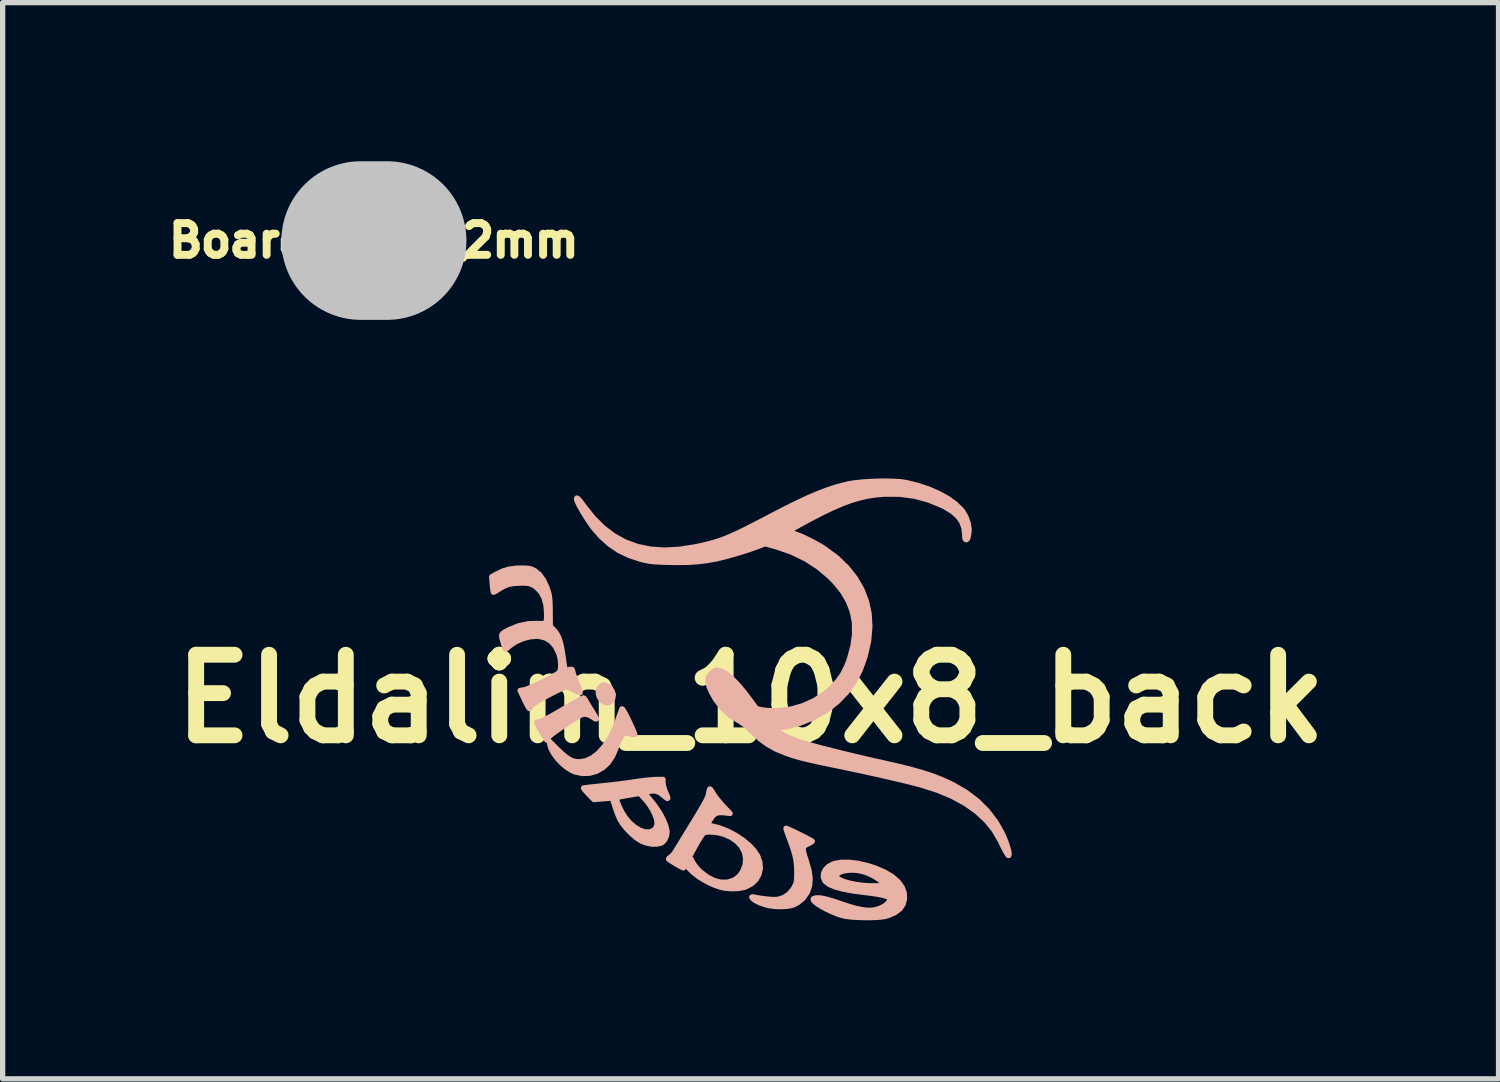
<source format=kicad_pcb>
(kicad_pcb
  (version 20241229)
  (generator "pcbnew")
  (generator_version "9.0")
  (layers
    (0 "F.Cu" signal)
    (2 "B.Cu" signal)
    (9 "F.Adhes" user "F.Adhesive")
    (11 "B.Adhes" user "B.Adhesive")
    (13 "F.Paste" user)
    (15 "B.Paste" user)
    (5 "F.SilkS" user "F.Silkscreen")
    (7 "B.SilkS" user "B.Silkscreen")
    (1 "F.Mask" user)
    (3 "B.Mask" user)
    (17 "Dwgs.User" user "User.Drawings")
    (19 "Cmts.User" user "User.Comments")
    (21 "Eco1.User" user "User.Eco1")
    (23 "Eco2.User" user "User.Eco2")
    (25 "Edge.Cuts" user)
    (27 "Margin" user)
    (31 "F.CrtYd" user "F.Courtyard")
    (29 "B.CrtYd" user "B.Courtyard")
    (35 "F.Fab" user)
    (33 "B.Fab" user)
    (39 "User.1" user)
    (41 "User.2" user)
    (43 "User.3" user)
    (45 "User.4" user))
  (footprint "Eldalim_10x8_back"
    (layer "F.Cu")
    (at 11.147 10.169)
    (property "Reference" "Eldalim_10x8_back" (at 0 0 0) (layer "F.SilkS") (effects (font (size 1.524 1.524) (thickness 0.3))))
    (attr exclude_from_pos_files exclude_from_bom)
    (fp_circle (center -0.3 0) (end -0.4 0) (stroke (width 0.15) (type solid)) (fill no) (layer "B.SilkS"))
    (fp_poly (pts (xy -2.596 -0.072) (xy -2.61 0.004) (xy -2.647 0.054) (xy -2.699 0.075) (xy -2.76 0.065) (xy -2.824 0.02) (xy -2.864 -0.039) (xy -2.881 -0.105) (xy -2.876 -0.169) (xy -2.85 -0.223) (xy -2.806 -0.256) (xy -2.767 -0.263) (xy -2.717 -0.247) (xy -2.666 -0.206) (xy -2.623 -0.151) (xy -2.599 -0.093) (xy -2.596 -0.072)) (stroke (width 0.1) (type solid)) (fill yes) (layer "B.SilkS"))
    (fp_poly (pts (xy -2.916 0.378) (xy -2.929 0.38) (xy -2.962 0.362) (xy -2.979 0.349) (xy -3.059 0.303) (xy -3.136 0.287) (xy -3.201 0.302) (xy -3.267 0.339) (xy -3.348 0.388) (xy -3.437 0.446) (xy -3.53 0.507) (xy -3.62 0.569) (xy -3.7 0.626) (xy -3.766 0.675) (xy -3.81 0.712) (xy -3.827 0.73) (xy -3.853 0.779) (xy -3.918 0.676) (xy -3.965 0.601) (xy -4.004 0.532) (xy -4.032 0.477) (xy -4.045 0.446) (xy -4.045 0.443) (xy -4.029 0.435) (xy -3.995 0.433) (xy -3.962 0.423) (xy -3.9 0.395) (xy -3.813 0.349) (xy -3.705 0.289) (xy -3.579 0.216) (xy -3.564 0.207) (xy -3.456 0.143) (xy -3.357 0.086) (xy -3.274 0.039) (xy -3.211 0.004) (xy -3.173 -0.015) (xy -3.163 -0.019) (xy -3.142 -0.004) (xy -3.116 0.034) (xy -3.112 0.042) (xy -3.086 0.088) (xy -3.048 0.152) (xy -3.004 0.222) (xy -2.998 0.231) (xy -2.96 0.293) (xy -2.931 0.344) (xy -2.917 0.374) (xy -2.916 0.378)) (stroke (width 0.1) (type solid)) (fill yes) (layer "B.SilkS"))
    (fp_poly (pts (xy -2.192 0.674) (xy -2.214 0.675) (xy -2.258 0.666) (xy -2.274 0.662) (xy -2.325 0.648) (xy -2.362 0.64) (xy -2.367 0.64) (xy -2.404 0.658) (xy -2.445 0.71) (xy -2.49 0.794) (xy -2.523 0.874) (xy -2.554 0.951) (xy -2.583 1.022) (xy -2.606 1.073) (xy -2.61 1.082) (xy -2.691 1.205) (xy -2.794 1.301) (xy -2.914 1.369) (xy -3.044 1.406) (xy -3.181 1.411) (xy -3.318 1.382) (xy -3.377 1.357) (xy -3.473 1.299) (xy -3.568 1.22) (xy -3.655 1.128) (xy -3.726 1.03) (xy -3.776 0.936) (xy -3.796 0.87) (xy -3.807 0.8) (xy -3.664 0.944) (xy -3.56 1.043) (xy -3.472 1.113) (xy -3.393 1.16) (xy -3.318 1.184) (xy -3.248 1.191) (xy -3.12 1.172) (xy -2.997 1.116) (xy -2.878 1.025) (xy -2.765 0.897) (xy -2.729 0.847) (xy -2.669 0.754) (xy -2.619 0.664) (xy -2.574 0.565) (xy -2.527 0.446) (xy -2.509 0.397) (xy -2.481 0.318) (xy -2.457 0.25) (xy -2.44 0.203) (xy -2.434 0.188) (xy -2.423 0.193) (xy -2.399 0.229) (xy -2.363 0.292) (xy -2.319 0.379) (xy -2.303 0.412) (xy -2.261 0.501) (xy -2.227 0.578) (xy -2.203 0.636) (xy -2.192 0.669) (xy -2.192 0.674)) (stroke (width 0.1) (type solid)) (fill yes) (layer "B.SilkS"))
    (fp_poly (pts (xy 1.167 2.694) (xy 1.151 2.709) (xy 1.111 2.731) (xy 1.082 2.745) (xy 1.037 2.767) (xy 1.008 2.792) (xy 0.995 2.824) (xy 0.997 2.871) (xy 1.013 2.939) (xy 1.043 3.033) (xy 1.057 3.076) (xy 1.106 3.249) (xy 1.126 3.4) (xy 1.116 3.532) (xy 1.077 3.649) (xy 1.009 3.751) (xy 0.98 3.782) (xy 0.893 3.854) (xy 0.804 3.9) (xy 0.8 3.901) (xy 0.705 3.922) (xy 0.589 3.93) (xy 0.464 3.926) (xy 0.346 3.91) (xy 0.292 3.897) (xy 0.167 3.854) (xy 0.079 3.808) (xy 0.036 3.77) (xy 0.022 3.75) (xy 0.031 3.744) (xy 0.07 3.75) (xy 0.075 3.751) (xy 0.188 3.771) (xy 0.3 3.785) (xy 0.402 3.794) (xy 0.483 3.795) (xy 0.516 3.792) (xy 0.628 3.757) (xy 0.727 3.69) (xy 0.806 3.595) (xy 0.818 3.573) (xy 0.844 3.525) (xy 0.86 3.482) (xy 0.87 3.436) (xy 0.873 3.375) (xy 0.874 3.289) (xy 0.874 3.274) (xy 0.871 3.168) (xy 0.862 3.074) (xy 0.845 2.98) (xy 0.818 2.879) (xy 0.778 2.761) (xy 0.737 2.648) (xy 0.708 2.57) (xy 0.685 2.505) (xy 0.672 2.462) (xy 0.67 2.448) (xy 0.688 2.453) (xy 0.732 2.472) (xy 0.796 2.501) (xy 0.871 2.537) (xy 0.95 2.576) (xy 1.026 2.614) (xy 1.092 2.649) (xy 1.141 2.676) (xy 1.165 2.692) (xy 1.167 2.694)) (stroke (width 0.1) (type solid)) (fill yes) (layer "B.SilkS"))
    (fp_poly (pts (xy -1.565 1.875) (xy -1.573 1.884) (xy -1.602 1.866) (xy -1.645 1.829) (xy -1.728 1.767) (xy -1.809 1.74) (xy -1.898 1.745) (xy -1.932 1.754) (xy -2.011 1.778) (xy -1.906 1.9) (xy -1.805 2.027) (xy -1.719 2.156) (xy -1.652 2.281) (xy -1.605 2.396) (xy -1.582 2.495) (xy -1.58 2.523) (xy -1.593 2.598) (xy -1.624 2.666) (xy -1.669 2.715) (xy -1.686 2.726) (xy -1.769 2.746) (xy -1.769 2.34) (xy -1.781 2.264) (xy -1.816 2.172) (xy -1.867 2.072) (xy -1.931 1.974) (xy -2.001 1.89) (xy -2.098 1.787) (xy -2.31 1.823) (xy -2.396 1.838) (xy -2.466 1.851) (xy -2.515 1.862) (xy -2.533 1.869) (xy -2.535 1.894) (xy -2.522 1.946) (xy -2.495 2.016) (xy -2.458 2.096) (xy -2.439 2.135) (xy -2.367 2.249) (xy -2.282 2.348) (xy -2.189 2.427) (xy -2.094 2.484) (xy -2 2.515) (xy -1.914 2.518) (xy -1.857 2.499) (xy -1.802 2.458) (xy -1.775 2.401) (xy -1.769 2.34) (xy -1.769 2.746) (xy -1.77 2.747) (xy -1.872 2.746) (xy -1.98 2.723) (xy -2.065 2.69) (xy -2.155 2.633) (xy -2.252 2.551) (xy -2.345 2.456) (xy -2.424 2.356) (xy -2.468 2.285) (xy -2.498 2.221) (xy -2.531 2.136) (xy -2.561 2.048) (xy -2.566 2.031) (xy -2.588 1.961) (xy -2.609 1.907) (xy -2.624 1.878) (xy -2.629 1.875) (xy -2.654 1.878) (xy -2.707 1.883) (xy -2.777 1.889) (xy -2.804 1.891) (xy -2.963 1.904) (xy -3.066 1.799) (xy -3.113 1.749) (xy -3.146 1.709) (xy -3.16 1.688) (xy -3.16 1.686) (xy -3.139 1.682) (xy -3.087 1.675) (xy -3.011 1.666) (xy -2.915 1.656) (xy -2.829 1.647) (xy -2.691 1.633) (xy -2.537 1.615) (xy -2.383 1.595) (xy -2.245 1.576) (xy -2.209 1.571) (xy -2.096 1.554) (xy -1.984 1.54) (xy -1.885 1.53) (xy -1.807 1.525) (xy -1.784 1.524) (xy -1.656 1.524) (xy -1.656 1.595) (xy -1.647 1.652) (xy -1.626 1.723) (xy -1.608 1.766) (xy -1.577 1.836) (xy -1.565 1.875)) (stroke (width 0.1) (type solid)) (fill yes) (layer "B.SilkS"))
    (fp_poly (pts (xy 2.912 3.781) (xy 2.885 3.884) (xy 2.826 3.971) (xy 2.733 4.042) (xy 2.607 4.097) (xy 2.549 4.114) (xy 2.481 4.125) (xy 2.385 4.133) (xy 2.271 4.137) (xy 2.147 4.137) (xy 2.023 4.133) (xy 1.908 4.126) (xy 1.813 4.115) (xy 1.778 4.109) (xy 1.697 4.087) (xy 1.607 4.055) (xy 1.514 4.015) (xy 1.423 3.971) (xy 1.339 3.925) (xy 1.268 3.88) (xy 1.215 3.839) (xy 1.186 3.806) (xy 1.185 3.783) (xy 1.188 3.779) (xy 1.241 3.763) (xy 1.319 3.765) (xy 1.425 3.786) (xy 1.561 3.825) (xy 1.653 3.856) (xy 1.832 3.916) (xy 1.982 3.96) (xy 2.109 3.987) (xy 2.217 3.999) (xy 2.311 3.996) (xy 2.396 3.979) (xy 2.476 3.948) (xy 2.544 3.909) (xy 2.597 3.864) (xy 2.63 3.819) (xy 2.638 3.782) (xy 2.632 3.77) (xy 2.592 3.743) (xy 2.539 3.726) (xy 2.539 3.514) (xy 2.524 3.491) (xy 2.482 3.453) (xy 2.469 3.444) (xy 2.347 3.359) (xy 2.218 3.297) (xy 2.118 3.264) (xy 2.025 3.245) (xy 1.927 3.238) (xy 1.832 3.243) (xy 1.746 3.259) (xy 1.678 3.283) (xy 1.633 3.315) (xy 1.618 3.349) (xy 1.636 3.385) (xy 1.686 3.421) (xy 1.764 3.454) (xy 1.863 3.483) (xy 1.979 3.507) (xy 2.107 3.525) (xy 2.241 3.535) (xy 2.299 3.536) (xy 2.384 3.535) (xy 2.458 3.533) (xy 2.51 3.529) (xy 2.529 3.526) (xy 2.539 3.514) (xy 2.539 3.726) (xy 2.515 3.718) (xy 2.403 3.695) (xy 2.254 3.673) (xy 2.141 3.66) (xy 1.925 3.632) (xy 1.744 3.597) (xy 1.599 3.557) (xy 1.491 3.511) (xy 1.42 3.459) (xy 1.403 3.439) (xy 1.375 3.371) (xy 1.38 3.299) (xy 1.415 3.229) (xy 1.475 3.169) (xy 1.558 3.124) (xy 1.586 3.114) (xy 1.714 3.091) (xy 1.865 3.091) (xy 2.034 3.111) (xy 2.213 3.153) (xy 2.357 3.199) (xy 2.534 3.275) (xy 2.679 3.361) (xy 2.79 3.457) (xy 2.866 3.561) (xy 2.907 3.672) (xy 2.912 3.781)) (stroke (width 0.1) (type solid)) (fill yes) (layer "B.SilkS"))
    (fp_poly (pts (xy 0.184 3.208) (xy 0.158 3.319) (xy 0.103 3.418) (xy 0.019 3.498) (xy -0.092 3.556) (xy -0.093 3.557) (xy -0.093 3.015) (xy -0.117 2.899) (xy -0.173 2.791) (xy -0.259 2.696) (xy -0.372 2.617) (xy -0.507 2.559) (xy -0.602 2.535) (xy -0.701 2.521) (xy -0.793 2.517) (xy -0.864 2.525) (xy -0.875 2.528) (xy -0.9 2.55) (xy -0.939 2.602) (xy -0.987 2.679) (xy -1.033 2.76) (xy -1.154 2.979) (xy -1.101 3.08) (xy -1.057 3.149) (xy -0.998 3.222) (xy -0.953 3.267) (xy -0.822 3.367) (xy -0.69 3.435) (xy -0.562 3.468) (xy -0.438 3.467) (xy -0.322 3.431) (xy -0.284 3.41) (xy -0.208 3.347) (xy -0.148 3.259) (xy -0.147 3.257) (xy -0.102 3.136) (xy -0.093 3.015) (xy -0.093 3.557) (xy -0.12 3.566) (xy -0.231 3.586) (xy -0.36 3.591) (xy -0.489 3.579) (xy -0.564 3.564) (xy -0.696 3.518) (xy -0.831 3.454) (xy -0.96 3.378) (xy -1.073 3.293) (xy -1.162 3.208) (xy -1.18 3.186) (xy -1.211 3.147) (xy -1.23 3.135) (xy -1.244 3.147) (xy -1.248 3.155) (xy -1.265 3.186) (xy -1.271 3.196) (xy -1.288 3.19) (xy -1.328 3.169) (xy -1.382 3.139) (xy -1.44 3.104) (xy -1.494 3.071) (xy -1.534 3.044) (xy -1.552 3.03) (xy -1.544 3.012) (xy -1.517 2.993) (xy -1.479 2.962) (xy -1.439 2.914) (xy -1.431 2.9) (xy -1.41 2.867) (xy -1.373 2.806) (xy -1.322 2.723) (xy -1.26 2.621) (xy -1.19 2.507) (xy -1.115 2.384) (xy -1.096 2.354) (xy -1.007 2.208) (xy -0.937 2.09) (xy -0.883 1.996) (xy -0.843 1.923) (xy -0.817 1.867) (xy -0.801 1.825) (xy -0.795 1.794) (xy -0.786 1.742) (xy -0.776 1.708) (xy -0.772 1.703) (xy -0.756 1.713) (xy -0.73 1.749) (xy -0.706 1.791) (xy -0.669 1.847) (xy -0.614 1.919) (xy -0.551 1.993) (xy -0.52 2.027) (xy -0.387 2.167) (xy -0.495 2.154) (xy -0.587 2.149) (xy -0.655 2.165) (xy -0.71 2.207) (xy -0.762 2.28) (xy -0.765 2.285) (xy -0.824 2.387) (xy -0.746 2.4) (xy -0.596 2.437) (xy -0.441 2.497) (xy -0.29 2.576) (xy -0.15 2.668) (xy -0.026 2.77) (xy 0.072 2.877) (xy 0.133 2.97) (xy 0.176 3.09) (xy 0.184 3.208)) (stroke (width 0.1) (type solid)) (fill yes) (layer "B.SilkS"))
    (fp_poly (pts (xy -3.224 -0.119) (xy -3.243 -0.124) (xy -3.285 -0.142) (xy -3.339 -0.169) (xy -3.402 -0.199) (xy -3.456 -0.219) (xy -3.487 -0.225) (xy -3.522 -0.216) (xy -3.581 -0.192) (xy -3.658 -0.156) (xy -3.747 -0.111) (xy -3.841 -0.062) (xy -3.933 -0.012) (xy -4.017 0.036) (xy -4.085 0.079) (xy -4.132 0.111) (xy -4.151 0.129) (xy -4.171 0.165) (xy -4.183 0.182) (xy -4.195 0.171) (xy -4.219 0.132) (xy -4.25 0.072) (xy -4.277 0.017) (xy -4.359 -0.16) (xy -4.291 -0.17) (xy -4.244 -0.184) (xy -4.175 -0.21) (xy -4.089 -0.247) (xy -3.995 -0.292) (xy -3.898 -0.339) (xy -3.805 -0.387) (xy -3.724 -0.432) (xy -3.66 -0.47) (xy -3.621 -0.499) (xy -3.612 -0.508) (xy -3.595 -0.569) (xy -3.591 -0.652) (xy -3.599 -0.745) (xy -3.619 -0.836) (xy -3.629 -0.865) (xy -3.693 -0.993) (xy -3.776 -1.089) (xy -3.878 -1.152) (xy -3.999 -1.182) (xy -4.058 -1.185) (xy -4.187 -1.172) (xy -4.321 -1.134) (xy -4.447 -1.077) (xy -4.551 -1.006) (xy -4.567 -0.992) (xy -4.606 -0.959) (xy -4.632 -0.944) (xy -4.638 -0.944) (xy -4.648 -0.966) (xy -4.664 -1.014) (xy -4.683 -1.079) (xy -4.685 -1.084) (xy -4.703 -1.152) (xy -4.709 -1.198) (xy -4.697 -1.23) (xy -4.663 -1.258) (xy -4.603 -1.291) (xy -4.572 -1.307) (xy -4.387 -1.383) (xy -4.2 -1.422) (xy -4.045 -1.426) (xy -3.961 -1.423) (xy -3.907 -1.427) (xy -3.876 -1.444) (xy -3.862 -1.482) (xy -3.858 -1.546) (xy -3.857 -1.612) (xy -3.87 -1.775) (xy -3.908 -1.914) (xy -3.971 -2.029) (xy -4.058 -2.116) (xy -4.102 -2.145) (xy -4.148 -2.168) (xy -4.193 -2.182) (xy -4.248 -2.189) (xy -4.325 -2.19) (xy -4.356 -2.19) (xy -4.483 -2.183) (xy -4.587 -2.162) (xy -4.68 -2.124) (xy -4.771 -2.069) (xy -4.819 -2.038) (xy -4.854 -2.02) (xy -4.865 -2.018) (xy -4.87 -2.039) (xy -4.877 -2.088) (xy -4.884 -2.155) (xy -4.885 -2.168) (xy -4.897 -2.31) (xy -4.814 -2.357) (xy -4.688 -2.418) (xy -4.56 -2.456) (xy -4.417 -2.473) (xy -4.346 -2.474) (xy -4.259 -2.473) (xy -4.198 -2.468) (xy -4.152 -2.458) (xy -4.11 -2.439) (xy -4.08 -2.423) (xy -3.992 -2.351) (xy -3.916 -2.245) (xy -3.852 -2.106) (xy -3.836 -2.06) (xy -3.818 -2) (xy -3.806 -1.942) (xy -3.798 -1.875) (xy -3.793 -1.792) (xy -3.791 -1.682) (xy -3.791 -1.65) (xy -3.788 -1.372) (xy -3.719 -1.302) (xy -3.67 -1.241) (xy -3.63 -1.165) (xy -3.597 -1.068) (xy -3.57 -0.945) (xy -3.546 -0.791) (xy -3.543 -0.772) (xy -3.529 -0.671) (xy -3.518 -0.602) (xy -3.508 -0.56) (xy -3.497 -0.54) (xy -3.485 -0.537) (xy -3.482 -0.538) (xy -3.417 -0.559) (xy -3.378 -0.557) (xy -3.368 -0.536) (xy -3.361 -0.505) (xy -3.343 -0.449) (xy -3.316 -0.376) (xy -3.292 -0.314) (xy -3.262 -0.237) (xy -3.239 -0.174) (xy -3.226 -0.132) (xy -3.224 -0.119)) (stroke (width 0.1) (type solid)) (fill yes) (layer "B.SilkS"))
    (fp_poly (pts (xy 4.889 2.932) (xy 4.889 2.939) (xy 4.883 2.963) (xy 4.873 2.962) (xy 4.851 2.931) (xy 4.842 2.916) (xy 4.815 2.87) (xy 4.78 2.8) (xy 4.74 2.721) (xy 4.724 2.687) (xy 4.608 2.485) (xy 4.458 2.3) (xy 4.275 2.131) (xy 4.06 1.979) (xy 3.813 1.844) (xy 3.535 1.728) (xy 3.255 1.638) (xy 3.121 1.601) (xy 2.954 1.559) (xy 2.76 1.513) (xy 2.544 1.463) (xy 2.31 1.41) (xy 2.063 1.356) (xy 1.808 1.302) (xy 1.609 1.261) (xy 1.421 1.222) (xy 1.265 1.189) (xy 1.136 1.16) (xy 1.027 1.135) (xy 0.934 1.111) (xy 0.851 1.087) (xy 0.772 1.063) (xy 0.694 1.036) (xy 0.665 1.026) (xy 0.481 0.95) (xy 0.322 0.861) (xy 0.175 0.752) (xy 0.052 0.637) (xy -0.034 0.554) (xy -0.117 0.485) (xy -0.187 0.435) (xy -0.211 0.421) (xy -0.385 0.312) (xy -0.537 0.174) (xy -0.664 0.007) (xy -0.743 -0.134) (xy -0.788 -0.239) (xy -0.808 -0.321) (xy -0.804 -0.388) (xy -0.775 -0.446) (xy -0.745 -0.482) (xy -0.698 -0.52) (xy -0.653 -0.543) (xy -0.638 -0.546) (xy -0.559 -0.528) (xy -0.467 -0.477) (xy -0.363 -0.394) (xy -0.249 -0.278) (xy -0.126 -0.133) (xy -0.051 -0.034) (xy 0.111 0.185) (xy 0.22 0.208) (xy 0.303 0.219) (xy 0.412 0.223) (xy 0.535 0.221) (xy 0.536 0.221) (xy 0.77 0.192) (xy 0.996 0.127) (xy 1.21 0.029) (xy 1.408 -0.101) (xy 1.522 -0.199) (xy 1.645 -0.329) (xy 1.742 -0.465) (xy 1.82 -0.62) (xy 1.87 -0.753) (xy 1.936 -0.996) (xy 1.968 -1.225) (xy 1.965 -1.441) (xy 1.926 -1.647) (xy 1.851 -1.843) (xy 1.741 -2.031) (xy 1.594 -2.212) (xy 1.503 -2.305) (xy 1.286 -2.489) (xy 1.048 -2.644) (xy 0.787 -2.771) (xy 0.501 -2.872) (xy 0.444 -2.888) (xy 0.276 -2.934) (xy 0.099 -2.868) (xy -0.037 -2.82) (xy -0.193 -2.77) (xy -0.354 -2.723) (xy -0.509 -2.681) (xy -0.643 -2.649) (xy -0.66 -2.646) (xy -0.828 -2.615) (xy -0.996 -2.595) (xy -1.175 -2.583) (xy -1.374 -2.58) (xy -1.528 -2.582) (xy -1.663 -2.586) (xy -1.768 -2.591) (xy -1.852 -2.597) (xy -1.924 -2.606) (xy -1.991 -2.619) (xy -2.061 -2.636) (xy -2.077 -2.64) (xy -2.295 -2.712) (xy -2.489 -2.804) (xy -2.665 -2.923) (xy -2.83 -3.072) (xy -2.963 -3.223) (xy -3.015 -3.292) (xy -3.071 -3.374) (xy -3.129 -3.464) (xy -3.183 -3.554) (xy -3.231 -3.638) (xy -3.267 -3.709) (xy -3.289 -3.76) (xy -3.293 -3.779) (xy -3.287 -3.799) (xy -3.269 -3.792) (xy -3.237 -3.759) (xy -3.188 -3.696) (xy -3.151 -3.645) (xy -2.976 -3.425) (xy -2.789 -3.239) (xy -2.589 -3.087) (xy -2.375 -2.969) (xy -2.146 -2.884) (xy -1.9 -2.833) (xy -1.637 -2.814) (xy -1.357 -2.828) (xy -1.057 -2.874) (xy -0.978 -2.89) (xy -0.864 -2.916) (xy -0.76 -2.942) (xy -0.663 -2.97) (xy -0.567 -3.001) (xy -0.469 -3.038) (xy -0.364 -3.082) (xy -0.247 -3.135) (xy -0.115 -3.199) (xy 0.036 -3.276) (xy 0.212 -3.366) (xy 0.417 -3.474) (xy 0.421 -3.476) (xy 0.673 -3.606) (xy 0.898 -3.717) (xy 1.1 -3.811) (xy 1.285 -3.889) (xy 1.456 -3.954) (xy 1.618 -4.007) (xy 1.775 -4.049) (xy 1.845 -4.066) (xy 1.958 -4.085) (xy 2.095 -4.1) (xy 2.249 -4.111) (xy 2.41 -4.118) (xy 2.568 -4.119) (xy 2.716 -4.115) (xy 2.844 -4.107) (xy 2.937 -4.093) (xy 3.156 -4.04) (xy 3.364 -3.971) (xy 3.554 -3.888) (xy 3.724 -3.796) (xy 3.867 -3.694) (xy 3.979 -3.587) (xy 4.016 -3.542) (xy 4.075 -3.439) (xy 4.115 -3.326) (xy 4.133 -3.215) (xy 4.13 -3.146) (xy 4.117 -3.074) (xy 4.104 -3.032) (xy 4.088 -3.013) (xy 4.074 -3.01) (xy 4.057 -3.027) (xy 4.05 -3.08) (xy 4.05 -3.102) (xy 4.036 -3.233) (xy 3.994 -3.349) (xy 3.921 -3.452) (xy 3.815 -3.545) (xy 3.674 -3.631) (xy 3.631 -3.653) (xy 3.369 -3.761) (xy 3.101 -3.834) (xy 2.823 -3.871) (xy 2.535 -3.873) (xy 2.351 -3.856) (xy 2.201 -3.833) (xy 2.048 -3.797) (xy 1.89 -3.749) (xy 1.72 -3.686) (xy 1.537 -3.606) (xy 1.333 -3.508) (xy 1.107 -3.39) (xy 0.988 -3.325) (xy 0.884 -3.268) (xy 0.809 -3.227) (xy 0.762 -3.197) (xy 0.739 -3.177) (xy 0.737 -3.163) (xy 0.754 -3.152) (xy 0.786 -3.14) (xy 0.812 -3.132) (xy 0.975 -3.069) (xy 1.149 -2.986) (xy 1.323 -2.889) (xy 1.415 -2.83) (xy 1.638 -2.663) (xy 1.827 -2.48) (xy 1.982 -2.283) (xy 2.103 -2.073) (xy 2.19 -1.85) (xy 2.241 -1.616) (xy 2.256 -1.372) (xy 2.235 -1.119) (xy 2.229 -1.08) (xy 2.165 -0.801) (xy 2.075 -0.549) (xy 1.957 -0.322) (xy 1.811 -0.12) (xy 1.637 0.059) (xy 1.433 0.215) (xy 1.199 0.349) (xy 1.159 0.368) (xy 0.925 0.463) (xy 0.7 0.521) (xy 0.566 0.54) (xy 0.426 0.552) (xy 0.481 0.596) (xy 0.573 0.657) (xy 0.695 0.72) (xy 0.84 0.782) (xy 0.913 0.808) (xy 0.986 0.832) (xy 1.092 0.862) (xy 1.224 0.898) (xy 1.378 0.939) (xy 1.549 0.982) (xy 1.733 1.028) (xy 1.923 1.074) (xy 2.116 1.12) (xy 2.305 1.164) (xy 2.488 1.204) (xy 2.531 1.214) (xy 2.801 1.275) (xy 3.038 1.335) (xy 3.247 1.394) (xy 3.433 1.455) (xy 3.601 1.519) (xy 3.754 1.587) (xy 3.819 1.619) (xy 4.071 1.764) (xy 4.292 1.932) (xy 4.483 2.123) (xy 4.644 2.336) (xy 4.755 2.531) (xy 4.796 2.621) (xy 4.833 2.715) (xy 4.863 2.804) (xy 4.883 2.88) (xy 4.889 2.932)) (stroke (width 0.1) (type solid)) (fill yes) (layer "B.SilkS")))
  (footprint "BoardName_2mm"
    (layer "F.Cu")
    (at 4.022 1.5)
    (property "Reference" "BoardName_2mm" (at 0 0 0) (layer "F.SilkS") (effects (font (size 0.6 0.6) (thickness 0.15))))
    (attr through_hole)
    (fp_line (start -0.25 0) (end 0.25 0) (stroke (width 3) (type solid)) (layer "Dwgs.User")))
  (gr_rect
    (start -3 -3)
    (end 25.294 17.356)
    (stroke (width 0.1) (type default))
    (fill no)
    (layer "Edge.Cuts")))
</source>
